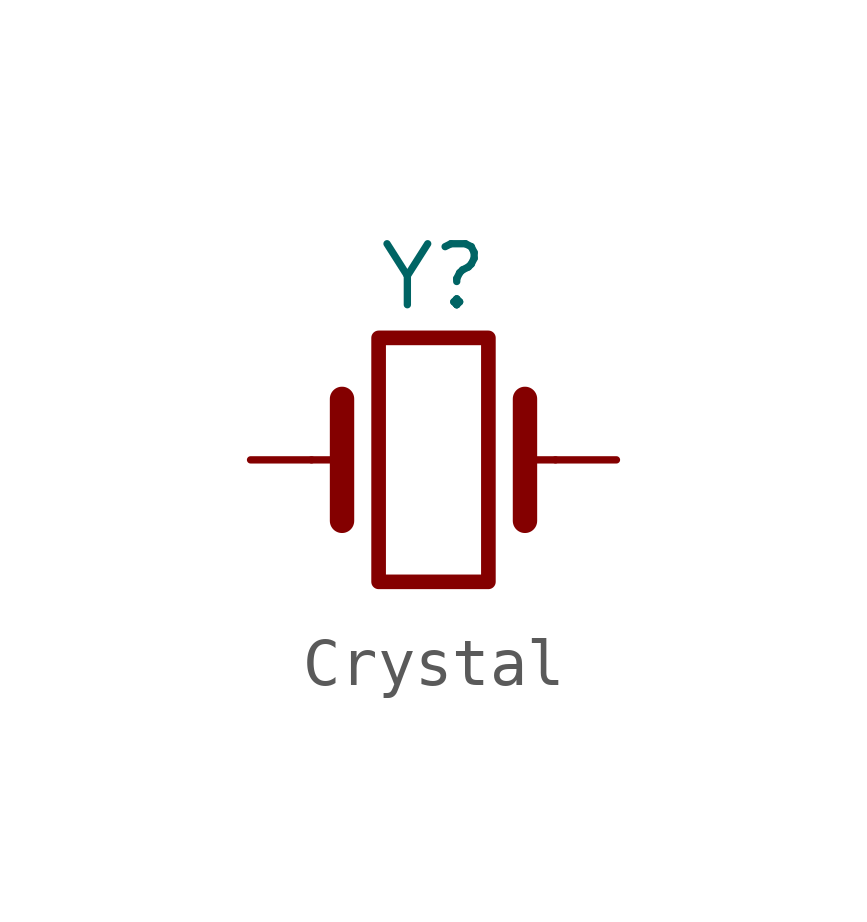
<source format=kicad_sym>
(kicad_symbol_lib
  (version 20231120)
  (generator "kicad_symbol_editor")
  (generator_version "8.0")
  (symbol "Crystal"
    (pin_numbers hide)
    (pin_names
      (offset 1.016) hide)
    (property "Reference" "Y"
      (at 0 3.81 0)
      (effects (font (size 1.27 1.27))))
    (symbol "Crystal_0_1"
      (rectangle (start -1.143 2.54) (end 1.143 -2.54) (stroke (width 0.305) (type default)) (fill (type none)))
      (polyline (pts (xy -2.54 0) (xy -1.905 0)) (stroke (width 0) (type default)) (fill (type none)))
      (polyline (pts (xy -1.905 -1.27) (xy -1.905 1.27)) (stroke (width 0.508) (type default)) (fill (type none)))
      (polyline (pts (xy 1.905 -1.27) (xy 1.905 1.27)) (stroke (width 0.508) (type default)) (fill (type none)))
      (polyline (pts (xy 2.54 0) (xy 1.905 0)) (stroke (width 0) (type default)) (fill (type none))))
    (symbol "Crystal_1_1"
      (pin passive line (at -3.81 0 0) (length 1.27) (name "1" (effects (font (size 1.27 1.27)))) (number "1" (effects (font (size 1.27 1.27)))))
      (pin passive line (at 3.81 0 180) (length 1.27) (name "2" (effects (font (size 1.27 1.27)))) (number "2" (effects (font (size 1.27 1.27))))))))
</source>
